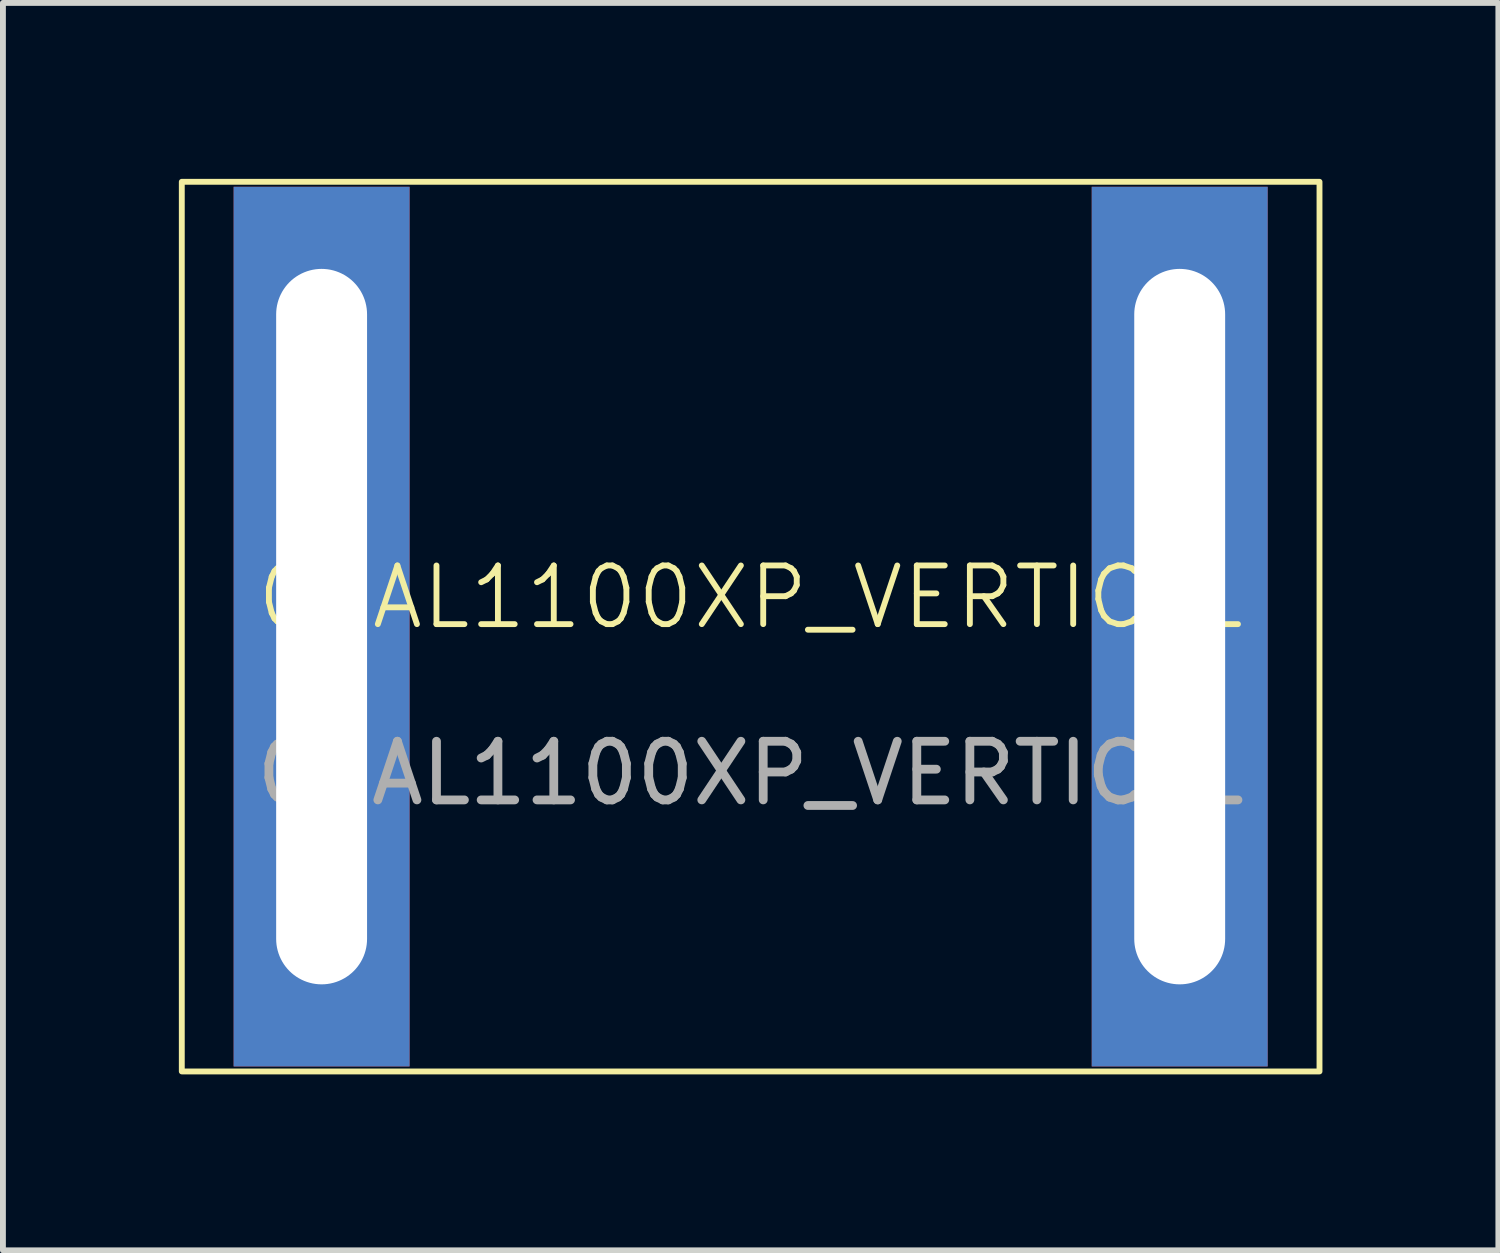
<source format=kicad_pcb>
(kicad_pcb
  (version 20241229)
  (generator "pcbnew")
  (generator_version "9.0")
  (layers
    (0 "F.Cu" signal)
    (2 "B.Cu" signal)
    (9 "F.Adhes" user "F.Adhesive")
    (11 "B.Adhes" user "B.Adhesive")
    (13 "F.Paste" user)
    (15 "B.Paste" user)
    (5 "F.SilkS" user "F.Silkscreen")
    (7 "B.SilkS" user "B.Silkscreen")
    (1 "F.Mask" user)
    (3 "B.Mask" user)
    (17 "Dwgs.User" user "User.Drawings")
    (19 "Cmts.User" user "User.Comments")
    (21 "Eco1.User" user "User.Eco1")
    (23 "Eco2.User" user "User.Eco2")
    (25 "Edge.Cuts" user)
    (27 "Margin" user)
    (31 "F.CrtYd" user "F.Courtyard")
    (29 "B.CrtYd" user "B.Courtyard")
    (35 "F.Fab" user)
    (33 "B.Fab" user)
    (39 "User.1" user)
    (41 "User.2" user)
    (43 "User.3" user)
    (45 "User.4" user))
  (footprint "0PAL1100XP_VERTICAL"
    (layer "F.Cu")
    (at 9.75 7.635)
    (property "Reference" "0PAL1100XP_VERTICAL" (at 0 -0.5 0) (unlocked yes) (layer "F.SilkS") (effects (font (size 1 1) (thickness 0.1))))
    (attr through_hole)
    (fp_rect (start -9.7 -7.585) (end 9.7 7.585) (stroke (width 0.1) (type default)) (fill no) (layer "F.SilkS"))
    (fp_text user "${REFERENCE}" (at 0 2.5 0) (unlocked yes) (layer "F.Fab") (effects (font (size 1 1) (thickness 0.15))))
    (pad "1" thru_hole rect (at -7.316 0) (size 3 15) (drill oval 1.55 12.2) (layers "*.Cu" "*.Mask"))
    (pad "2" thru_hole rect (at 7.316 0) (size 3 15) (drill oval 1.55 12.2) (layers "*.Cu" "*.Mask")))
  (gr_rect
    (start -3 -3)
    (end 22.5 18.27)
    (stroke (width 0.1) (type default))
    (fill no)
    (layer "Edge.Cuts")))
</source>
